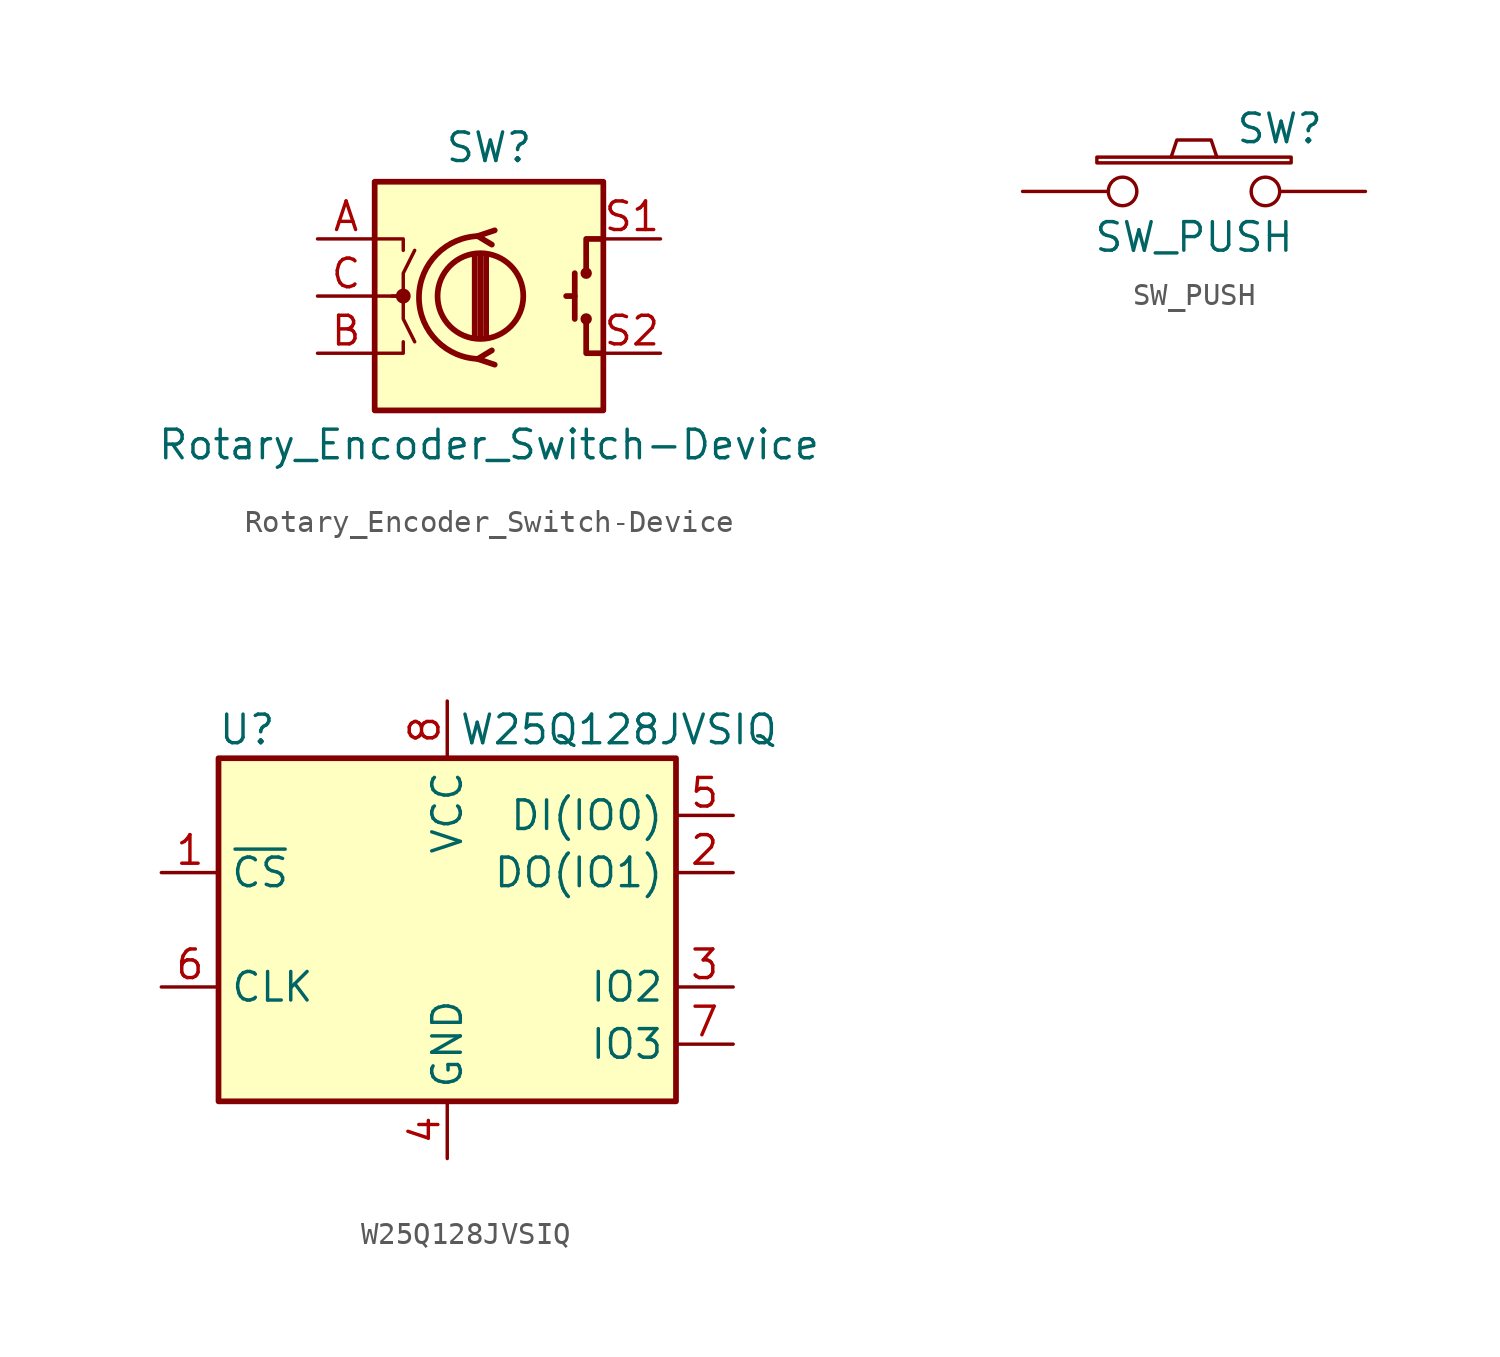
<source format=kicad_sym>
(kicad_symbol_lib
  (version 20220914)
  (generator kicad_symbol_editor)
  (symbol "Rotary_Encoder_Switch-Device"
    (pin_names
      (offset 0.254) hide)
    (property "Reference" "SW"
      (at 0 6.604 0)
      (effects (font (size 1.27 1.27))))
    (property "Value" "Rotary_Encoder_Switch-Device"
      (at 0 -6.604 0)
      (effects (font (size 1.27 1.27))))
    (symbol "Rotary_Encoder_Switch-Device_0_1"
      (rectangle (start -5.08 5.08) (end 5.08 -5.08) (stroke (width 0.254) (type default)) (fill (type background)))
      (circle (center -3.81 0) (radius 0.254) (stroke (width 0) (type default)) (fill (type outline)))
      (circle (center -0.381 0) (radius 1.905) (stroke (width 0.254) (type default)) (fill (type none)))
      (arc (start -0.381 2.667) (mid -3.0988 -0.0635) (end -0.381 -2.794) (stroke (width 0.254) (type default)) (fill (type none)))
      (polyline (pts (xy -0.635 -1.778) (xy -0.635 1.778)) (stroke (width 0.254) (type default)) (fill (type none)))
      (polyline (pts (xy -0.381 -1.778) (xy -0.381 1.778)) (stroke (width 0.254) (type default)) (fill (type none)))
      (polyline (pts (xy -0.127 1.778) (xy -0.127 -1.778)) (stroke (width 0.254) (type default)) (fill (type none)))
      (polyline (pts (xy 3.81 0) (xy 3.429 0)) (stroke (width 0.254) (type default)) (fill (type none)))
      (polyline (pts (xy 3.81 1.016) (xy 3.81 -1.016)) (stroke (width 0.254) (type default)) (fill (type none)))
      (polyline (pts (xy -5.08 -2.54) (xy -3.81 -2.54) (xy -3.81 -2.032)) (stroke (width 0) (type default)) (fill (type none)))
      (polyline (pts (xy -5.08 2.54) (xy -3.81 2.54) (xy -3.81 2.032)) (stroke (width 0) (type default)) (fill (type none)))
      (polyline (pts (xy 0.254 -3.048) (xy -0.508 -2.794) (xy 0.127 -2.413)) (stroke (width 0.254) (type default)) (fill (type none)))
      (polyline (pts (xy 0.254 2.921) (xy -0.508 2.667) (xy 0.127 2.286)) (stroke (width 0.254) (type default)) (fill (type none)))
      (polyline (pts (xy 5.08 -2.54) (xy 4.318 -2.54) (xy 4.318 -1.016)) (stroke (width 0.254) (type default)) (fill (type none)))
      (polyline (pts (xy 5.08 2.54) (xy 4.318 2.54) (xy 4.318 1.016)) (stroke (width 0.254) (type default)) (fill (type none)))
      (polyline (pts (xy -5.08 0) (xy -3.81 0) (xy -3.81 -1.016) (xy -3.302 -2.032)) (stroke (width 0) (type default)) (fill (type none)))
      (polyline (pts (xy -4.318 0) (xy -3.81 0) (xy -3.81 1.016) (xy -3.302 2.032)) (stroke (width 0) (type default)) (fill (type none)))
      (circle (center 4.318 -1.016) (radius 0.127) (stroke (width 0.254) (type default)) (fill (type none)))
      (circle (center 4.318 1.016) (radius 0.127) (stroke (width 0.254) (type default)) (fill (type none))))
    (symbol "Rotary_Encoder_Switch-Device_1_1"
      (pin passive line (at -7.62 2.54 0) (length 2.54) (name "A" (effects (font (size 1.27 1.27)))) (number "A" (effects (font (size 1.27 1.27)))))
      (pin passive line (at -7.62 -2.54 0) (length 2.54) (name "B" (effects (font (size 1.27 1.27)))) (number "B" (effects (font (size 1.27 1.27)))))
      (pin passive line (at -7.62 0 0) (length 2.54) (name "C" (effects (font (size 1.27 1.27)))) (number "C" (effects (font (size 1.27 1.27)))))
      (pin passive line (at 7.62 2.54 180) (length 2.54) (name "S1" (effects (font (size 1.27 1.27)))) (number "S1" (effects (font (size 1.27 1.27)))))
      (pin passive line (at 7.62 -2.54 180) (length 2.54) (name "S2" (effects (font (size 1.27 1.27)))) (number "S2" (effects (font (size 1.27 1.27)))))))
  (symbol "SW_PUSH"
    (pin_numbers hide)
    (pin_names
      (offset 1.016) hide)
    (property "Reference" "SW"
      (at 3.81 2.794 0)
      (effects (font (size 1.27 1.27))))
    (property "Value" "SW_PUSH"
      (at 0 -2.032 0)
      (effects (font (size 1.27 1.27))))
    (property "Footprint" ""
      (at 0 0 0)
      (effects (font (size 1.524 1.524))))
    (property "Datasheet" ""
      (at 0 0 0)
      (effects (font (size 1.524 1.524))))
    (symbol "SW_PUSH_0_1"
      (rectangle (start -4.318 1.27) (end 4.318 1.524) (stroke (width 0) (type default)) (fill (type none)))
      (polyline (pts (xy -1.016 1.524) (xy -0.762 2.286) (xy 0.762 2.286) (xy 1.016 1.524)) (stroke (width 0) (type default)) (fill (type none)))
      (pin passive inverted (at -7.62 0 0) (length 5.08) (name "1" (effects (font (size 1.524 1.524)))) (number "1" (effects (font (size 1.524 1.524)))))
      (pin passive inverted (at 7.62 0 180) (length 5.08) (name "2" (effects (font (size 1.524 1.524)))) (number "2" (effects (font (size 1.524 1.524)))))))
  (symbol "W25Q128JVSIQ"
    (property "Reference" "U"
      (at -8.89 8.89 0)
      (effects (font (size 1.27 1.27))))
    (property "Value" "W25Q128JVSIQ"
      (at 7.62 8.89 0)
      (effects (font (size 1.27 1.27))))
    (symbol "W25Q128JVSIQ_0_1"
      (rectangle (start -10.16 7.62) (end 10.16 -7.62) (stroke (width 0.254) (type default)) (fill (type background))))
    (symbol "W25Q128JVSIQ_1_1"
      (pin input line (at -12.7 2.54 0) (length 2.54) (name "~{CS}" (effects (font (size 1.27 1.27)))) (number "1" (effects (font (size 1.27 1.27)))))
      (pin bidirectional line (at 12.7 2.54 180) (length 2.54) (name "DO(IO1)" (effects (font (size 1.27 1.27)))) (number "2" (effects (font (size 1.27 1.27)))))
      (pin bidirectional line (at 12.7 -2.54 180) (length 2.54) (name "IO2" (effects (font (size 1.27 1.27)))) (number "3" (effects (font (size 1.27 1.27)))))
      (pin power_in line (at 0 -10.16 90) (length 2.54) (name "GND" (effects (font (size 1.27 1.27)))) (number "4" (effects (font (size 1.27 1.27)))))
      (pin bidirectional line (at 12.7 5.08 180) (length 2.54) (name "DI(IO0)" (effects (font (size 1.27 1.27)))) (number "5" (effects (font (size 1.27 1.27)))))
      (pin input line (at -12.7 -2.54 0) (length 2.54) (name "CLK" (effects (font (size 1.27 1.27)))) (number "6" (effects (font (size 1.27 1.27)))))
      (pin bidirectional line (at 12.7 -5.08 180) (length 2.54) (name "IO3" (effects (font (size 1.27 1.27)))) (number "7" (effects (font (size 1.27 1.27)))))
      (pin power_in line (at 0 10.16 270) (length 2.54) (name "VCC" (effects (font (size 1.27 1.27)))) (number "8" (effects (font (size 1.27 1.27))))))))
</source>
